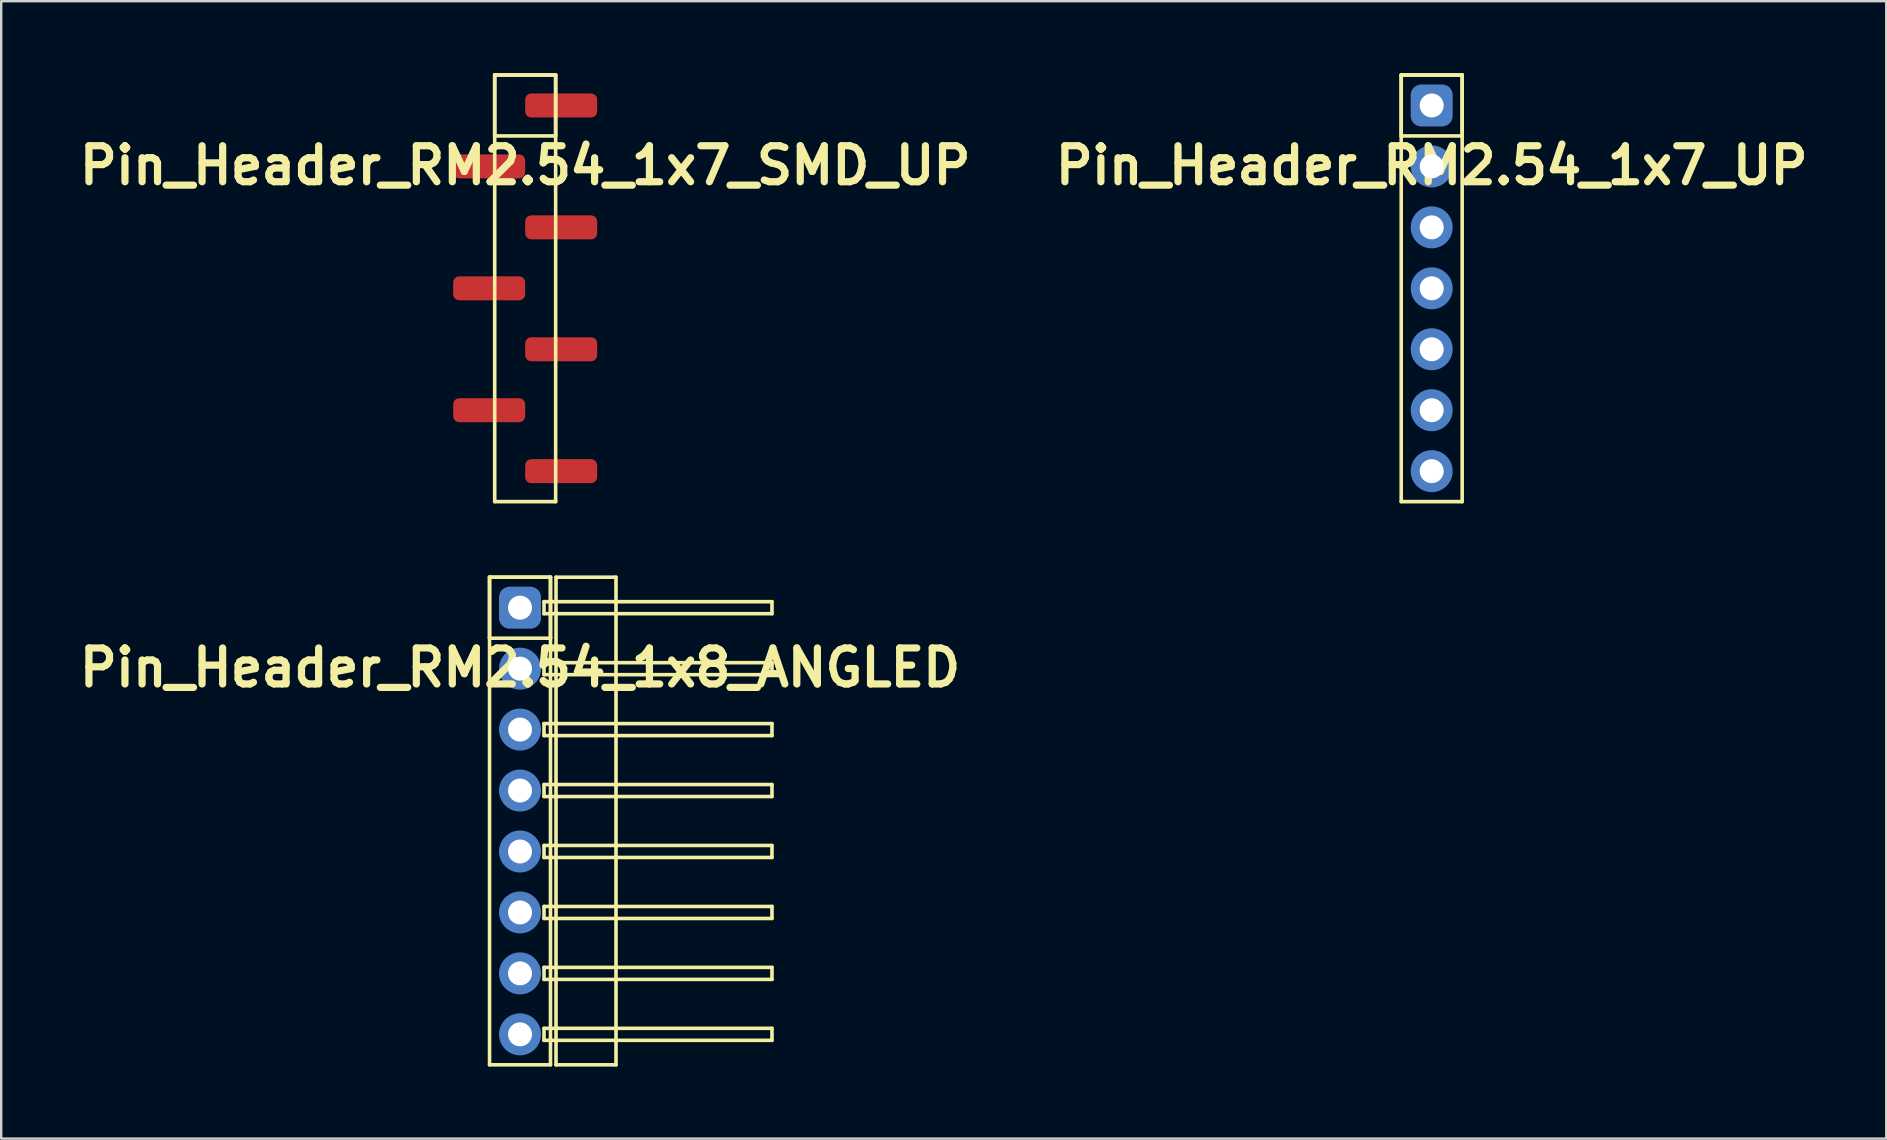
<source format=kicad_pcb>
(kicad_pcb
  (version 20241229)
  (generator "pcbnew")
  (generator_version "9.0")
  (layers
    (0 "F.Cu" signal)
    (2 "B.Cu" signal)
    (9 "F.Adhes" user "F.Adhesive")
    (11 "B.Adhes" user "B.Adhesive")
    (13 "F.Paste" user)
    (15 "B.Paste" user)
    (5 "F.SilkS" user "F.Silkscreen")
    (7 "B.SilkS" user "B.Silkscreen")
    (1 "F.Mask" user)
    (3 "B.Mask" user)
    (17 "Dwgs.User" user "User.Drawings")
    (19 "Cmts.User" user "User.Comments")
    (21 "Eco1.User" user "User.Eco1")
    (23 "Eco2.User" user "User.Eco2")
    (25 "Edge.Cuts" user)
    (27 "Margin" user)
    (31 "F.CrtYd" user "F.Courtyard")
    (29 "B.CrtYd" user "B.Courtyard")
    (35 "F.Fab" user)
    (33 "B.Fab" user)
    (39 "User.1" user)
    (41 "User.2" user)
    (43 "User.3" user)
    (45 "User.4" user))
  (footprint "Pin_Header_RM2.54_1x7_UP"
    (layer "F.Cu")
    (at 56.614 1.345)
    (property "Reference" "Pin_Header_RM2.54_1x7_UP" (at 0 2.5 0) (layer "F.SilkS") (effects (font (size 1.5 1.5) (thickness 0.3))))
    (attr through_hole)
    (fp_line (start -1.27 -1.27) (end 1.27 -1.27) (stroke (width 0.15) (type solid)) (layer "F.SilkS"))
    (fp_line (start -1.27 -1.27) (end 1.27 -1.27) (stroke (width 0.15) (type solid)) (layer "F.SilkS"))
    (fp_line (start -1.27 1.27) (end -1.27 -1.27) (stroke (width 0.15) (type solid)) (layer "F.SilkS"))
    (fp_line (start -1.27 16.51) (end -1.27 -1.27) (stroke (width 0.15) (type solid)) (layer "F.SilkS"))
    (fp_line (start 1.27 -1.27) (end 1.27 1.27) (stroke (width 0.15) (type solid)) (layer "F.SilkS"))
    (fp_line (start 1.27 -1.27) (end 1.27 16.51) (stroke (width 0.15) (type solid)) (layer "F.SilkS"))
    (fp_line (start 1.27 1.27) (end -1.27 1.27) (stroke (width 0.15) (type solid)) (layer "F.SilkS"))
    (fp_line (start 1.27 16.51) (end -1.27 16.51) (stroke (width 0.15) (type solid)) (layer "F.SilkS"))
    (pad "1" thru_hole circle (at 0 0) (size 1.3 1.3) (drill 1) (layers "*.Cu" "*.Mask"))
    (pad "1" smd roundrect (at 0 0) (size 1.5 1.5) (layers "F.Cu" "F.Mask") (roundrect_rratio 0.25))
    (pad "1" smd roundrect (at 0 0) (size 1.75 1.75) (layers "B.Cu" "B.Mask") (roundrect_rratio 0.25))
    (pad "2" thru_hole circle (at 0 2.54) (size 1.3 1.3) (drill 1) (layers "*.Cu" "*.Mask"))
    (pad "2" smd circle (at 0 2.54) (size 1.5 1.5) (layers "F.Cu" "F.Mask"))
    (pad "2" smd circle (at 0 2.54) (size 1.75 1.75) (layers "B.Cu" "B.Mask"))
    (pad "3" thru_hole circle (at 0 5.08) (size 1.3 1.3) (drill 1) (layers "*.Cu" "*.Mask"))
    (pad "3" smd circle (at 0 5.08) (size 1.5 1.5) (layers "F.Cu" "F.Mask"))
    (pad "3" smd circle (at 0 5.08) (size 1.75 1.75) (layers "B.Cu" "B.Mask"))
    (pad "4" thru_hole circle (at 0 7.62) (size 1.3 1.3) (drill 1) (layers "*.Cu" "*.Mask"))
    (pad "4" smd circle (at 0 7.62) (size 1.5 1.5) (layers "F.Cu" "F.Mask"))
    (pad "4" smd circle (at 0 7.62) (size 1.75 1.75) (layers "B.Cu" "B.Mask"))
    (pad "5" thru_hole circle (at 0 10.16) (size 1.3 1.3) (drill 1) (layers "*.Cu" "*.Mask"))
    (pad "5" smd circle (at 0 10.16) (size 1.5 1.5) (layers "F.Cu" "F.Mask"))
    (pad "5" smd circle (at 0 10.16) (size 1.75 1.75) (layers "B.Cu" "B.Mask"))
    (pad "6" thru_hole circle (at 0 12.7) (size 1.3 1.3) (drill 1) (layers "*.Cu" "*.Mask"))
    (pad "6" smd circle (at 0 12.7) (size 1.5 1.5) (layers "F.Cu" "F.Mask"))
    (pad "6" smd circle (at 0 12.7) (size 1.75 1.75) (layers "B.Cu" "B.Mask"))
    (pad "7" thru_hole circle (at 0 15.24) (size 1.3 1.3) (drill 1) (layers "*.Cu" "*.Mask"))
    (pad "7" smd circle (at 0 15.24) (size 1.5 1.5) (layers "F.Cu" "F.Mask"))
    (pad "7" smd circle (at 0 15.24) (size 1.75 1.75) (layers "B.Cu" "B.Mask")))
  (footprint "Pin_Header_RM2.54_1x8_ANGLED"
    (layer "F.Cu")
    (at 18.621 22.275)
    (property "Reference" "Pin_Header_RM2.54_1x8_ANGLED" (at 0 2.5 0) (layer "F.SilkS") (effects (font (size 1.5 1.5) (thickness 0.3))))
    (attr through_hole)
    (fp_line (start -1.27 -1.27) (end 1.27 -1.27) (stroke (width 0.15) (type solid)) (layer "F.SilkS"))
    (fp_line (start -1.27 -1.27) (end 1.27 -1.27) (stroke (width 0.15) (type solid)) (layer "F.SilkS"))
    (fp_line (start -1.27 1.27) (end -1.27 -1.27) (stroke (width 0.15) (type solid)) (layer "F.SilkS"))
    (fp_line (start -1.27 19.05) (end -1.27 -1.27) (stroke (width 0.15) (type solid)) (layer "F.SilkS"))
    (fp_line (start 1 -0.25) (end 10.5 -0.25) (stroke (width 0.15) (type solid)) (layer "F.SilkS"))
    (fp_line (start 1 0.25) (end 1 -0.25) (stroke (width 0.15) (type solid)) (layer "F.SilkS"))
    (fp_line (start 1 2.29) (end 10.5 2.29) (stroke (width 0.15) (type solid)) (layer "F.SilkS"))
    (fp_line (start 1 2.79) (end 1 2.29) (stroke (width 0.15) (type solid)) (layer "F.SilkS"))
    (fp_line (start 1 4.83) (end 10.5 4.83) (stroke (width 0.15) (type solid)) (layer "F.SilkS"))
    (fp_line (start 1 5.33) (end 1 4.83) (stroke (width 0.15) (type solid)) (layer "F.SilkS"))
    (fp_line (start 1 7.37) (end 10.5 7.37) (stroke (width 0.15) (type solid)) (layer "F.SilkS"))
    (fp_line (start 1 7.87) (end 1 7.37) (stroke (width 0.15) (type solid)) (layer "F.SilkS"))
    (fp_line (start 1 9.91) (end 10.5 9.91) (stroke (width 0.15) (type solid)) (layer "F.SilkS"))
    (fp_line (start 1 10.41) (end 1 9.91) (stroke (width 0.15) (type solid)) (layer "F.SilkS"))
    (fp_line (start 1 12.45) (end 10.5 12.45) (stroke (width 0.15) (type solid)) (layer "F.SilkS"))
    (fp_line (start 1 12.95) (end 1 12.45) (stroke (width 0.15) (type solid)) (layer "F.SilkS"))
    (fp_line (start 1 14.99) (end 10.5 14.99) (stroke (width 0.15) (type solid)) (layer "F.SilkS"))
    (fp_line (start 1 15.49) (end 1 14.99) (stroke (width 0.15) (type solid)) (layer "F.SilkS"))
    (fp_line (start 1 17.53) (end 10.5 17.53) (stroke (width 0.15) (type solid)) (layer "F.SilkS"))
    (fp_line (start 1 18.03) (end 1 17.53) (stroke (width 0.15) (type solid)) (layer "F.SilkS"))
    (fp_line (start 1.27 -1.27) (end 1.27 1.27) (stroke (width 0.15) (type solid)) (layer "F.SilkS"))
    (fp_line (start 1.27 -1.27) (end 1.27 19.05) (stroke (width 0.15) (type solid)) (layer "F.SilkS"))
    (fp_line (start 1.27 1.27) (end -1.27 1.27) (stroke (width 0.15) (type solid)) (layer "F.SilkS"))
    (fp_line (start 1.27 19.05) (end -1.27 19.05) (stroke (width 0.15) (type solid)) (layer "F.SilkS"))
    (fp_line (start 1.5 -1.27) (end 4 -1.27) (stroke (width 0.15) (type solid)) (layer "F.SilkS"))
    (fp_line (start 1.5 19.05) (end 1.5 -1.27) (stroke (width 0.15) (type solid)) (layer "F.SilkS"))
    (fp_line (start 4 -1.27) (end 4 19.05) (stroke (width 0.15) (type solid)) (layer "F.SilkS"))
    (fp_line (start 4 19.05) (end 1.5 19.05) (stroke (width 0.15) (type solid)) (layer "F.SilkS"))
    (fp_line (start 10.5 -0.25) (end 10.5 0.25) (stroke (width 0.15) (type solid)) (layer "F.SilkS"))
    (fp_line (start 10.5 0.25) (end 1 0.25) (stroke (width 0.15) (type solid)) (layer "F.SilkS"))
    (fp_line (start 10.5 2.29) (end 10.5 2.79) (stroke (width 0.15) (type solid)) (layer "F.SilkS"))
    (fp_line (start 10.5 2.79) (end 1 2.79) (stroke (width 0.15) (type solid)) (layer "F.SilkS"))
    (fp_line (start 10.5 4.83) (end 10.5 5.33) (stroke (width 0.15) (type solid)) (layer "F.SilkS"))
    (fp_line (start 10.5 5.33) (end 1 5.33) (stroke (width 0.15) (type solid)) (layer "F.SilkS"))
    (fp_line (start 10.5 7.37) (end 10.5 7.87) (stroke (width 0.15) (type solid)) (layer "F.SilkS"))
    (fp_line (start 10.5 7.87) (end 1 7.87) (stroke (width 0.15) (type solid)) (layer "F.SilkS"))
    (fp_line (start 10.5 9.91) (end 10.5 10.41) (stroke (width 0.15) (type solid)) (layer "F.SilkS"))
    (fp_line (start 10.5 10.41) (end 1 10.41) (stroke (width 0.15) (type solid)) (layer "F.SilkS"))
    (fp_line (start 10.5 12.45) (end 10.5 12.95) (stroke (width 0.15) (type solid)) (layer "F.SilkS"))
    (fp_line (start 10.5 12.95) (end 1 12.95) (stroke (width 0.15) (type solid)) (layer "F.SilkS"))
    (fp_line (start 10.5 14.99) (end 10.5 15.49) (stroke (width 0.15) (type solid)) (layer "F.SilkS"))
    (fp_line (start 10.5 15.49) (end 1 15.49) (stroke (width 0.15) (type solid)) (layer "F.SilkS"))
    (fp_line (start 10.5 17.53) (end 10.5 18.03) (stroke (width 0.15) (type solid)) (layer "F.SilkS"))
    (fp_line (start 10.5 18.03) (end 1 18.03) (stroke (width 0.15) (type solid)) (layer "F.SilkS"))
    (pad "1" thru_hole circle (at 0 0) (size 1.3 1.3) (drill 1) (layers "*.Cu" "*.Mask"))
    (pad "1" smd roundrect (at 0 0) (size 1.5 1.5) (layers "F.Cu" "F.Mask") (roundrect_rratio 0.25))
    (pad "1" smd roundrect (at 0 0) (size 1.75 1.75) (layers "B.Cu" "B.Mask") (roundrect_rratio 0.25))
    (pad "2" thru_hole circle (at 0 2.54) (size 1.3 1.3) (drill 1) (layers "*.Cu" "*.Mask"))
    (pad "2" smd circle (at 0 2.54) (size 1.5 1.5) (layers "F.Cu" "F.Mask"))
    (pad "2" smd circle (at 0 2.54) (size 1.75 1.75) (layers "B.Cu" "B.Mask"))
    (pad "3" thru_hole circle (at 0 5.08) (size 1.3 1.3) (drill 1) (layers "*.Cu" "*.Mask"))
    (pad "3" smd circle (at 0 5.08) (size 1.5 1.5) (layers "F.Cu" "F.Mask"))
    (pad "3" smd circle (at 0 5.08) (size 1.75 1.75) (layers "B.Cu" "B.Mask"))
    (pad "4" thru_hole circle (at 0 7.62) (size 1.3 1.3) (drill 1) (layers "*.Cu" "*.Mask"))
    (pad "4" smd circle (at 0 7.62) (size 1.5 1.5) (layers "F.Cu" "F.Mask"))
    (pad "4" smd circle (at 0 7.62) (size 1.75 1.75) (layers "B.Cu" "B.Mask"))
    (pad "5" thru_hole circle (at 0 10.16) (size 1.3 1.3) (drill 1) (layers "*.Cu" "*.Mask"))
    (pad "5" smd circle (at 0 10.16) (size 1.5 1.5) (layers "F.Cu" "F.Mask"))
    (pad "5" smd circle (at 0 10.16) (size 1.75 1.75) (layers "B.Cu" "B.Mask"))
    (pad "6" thru_hole circle (at 0 12.7) (size 1.3 1.3) (drill 1) (layers "*.Cu" "*.Mask"))
    (pad "6" smd circle (at 0 12.7) (size 1.5 1.5) (layers "F.Cu" "F.Mask"))
    (pad "6" smd circle (at 0 12.7) (size 1.75 1.75) (layers "B.Cu" "B.Mask"))
    (pad "7" thru_hole circle (at 0 15.24) (size 1.3 1.3) (drill 1) (layers "*.Cu" "*.Mask"))
    (pad "7" smd circle (at 0 15.24) (size 1.5 1.5) (layers "F.Cu" "F.Mask"))
    (pad "7" smd circle (at 0 15.24) (size 1.75 1.75) (layers "B.Cu" "B.Mask"))
    (pad "8" thru_hole circle (at 0 17.78) (size 1.3 1.3) (drill 1) (layers "*.Cu" "*.Mask"))
    (pad "8" smd circle (at 0 17.78) (size 1.5 1.5) (layers "F.Cu" "F.Mask"))
    (pad "8" smd circle (at 0 17.78) (size 1.75 1.75) (layers "B.Cu" "B.Mask")))
  (footprint "Pin_Header_RM2.54_1x7_SMD_UP"
    (layer "F.Cu")
    (at 18.836 1.345)
    (property "Reference" "Pin_Header_RM2.54_1x7_SMD_UP" (at 0 2.5 0) (layer "F.SilkS") (effects (font (size 1.5 1.5) (thickness 0.3))))
    (attr through_hole)
    (fp_line (start -1.27 -1.27) (end 1.27 -1.27) (stroke (width 0.15) (type solid)) (layer "F.SilkS"))
    (fp_line (start -1.27 -1.27) (end 1.27 -1.27) (stroke (width 0.15) (type solid)) (layer "F.SilkS"))
    (fp_line (start -1.27 1.27) (end -1.27 -1.27) (stroke (width 0.15) (type solid)) (layer "F.SilkS"))
    (fp_line (start -1.27 16.51) (end -1.27 -1.27) (stroke (width 0.15) (type solid)) (layer "F.SilkS"))
    (fp_line (start 1.27 -1.27) (end 1.27 1.27) (stroke (width 0.15) (type solid)) (layer "F.SilkS"))
    (fp_line (start 1.27 -1.27) (end 1.27 16.51) (stroke (width 0.15) (type solid)) (layer "F.SilkS"))
    (fp_line (start 1.27 1.27) (end -1.27 1.27) (stroke (width 0.15) (type solid)) (layer "F.SilkS"))
    (fp_line (start 1.27 16.51) (end -1.27 16.51) (stroke (width 0.15) (type solid)) (layer "F.SilkS"))
    (pad "1" smd roundrect (at 1.5 0) (size 3 1) (layers "F.Cu" "F.Mask") (roundrect_rratio 0.25))
    (pad "2" smd roundrect (at -1.5 2.54) (size 3 1) (layers "F.Cu" "F.Mask") (roundrect_rratio 0.25))
    (pad "3" smd roundrect (at 1.5 5.08) (size 3 1) (layers "F.Cu" "F.Mask") (roundrect_rratio 0.25))
    (pad "4" smd roundrect (at -1.5 7.62) (size 3 1) (layers "F.Cu" "F.Mask") (roundrect_rratio 0.25))
    (pad "5" smd roundrect (at 1.5 10.16) (size 3 1) (layers "F.Cu" "F.Mask") (roundrect_rratio 0.25))
    (pad "6" smd roundrect (at -1.5 12.7) (size 3 1) (layers "F.Cu" "F.Mask") (roundrect_rratio 0.25))
    (pad "7" smd roundrect (at 1.5 15.24) (size 3 1) (layers "F.Cu" "F.Mask") (roundrect_rratio 0.25)))
  (gr_rect
    (start -3 -3)
    (end 75.557 44.4)
    (stroke (width 0.1) (type default))
    (fill no)
    (layer "Edge.Cuts")))
</source>
